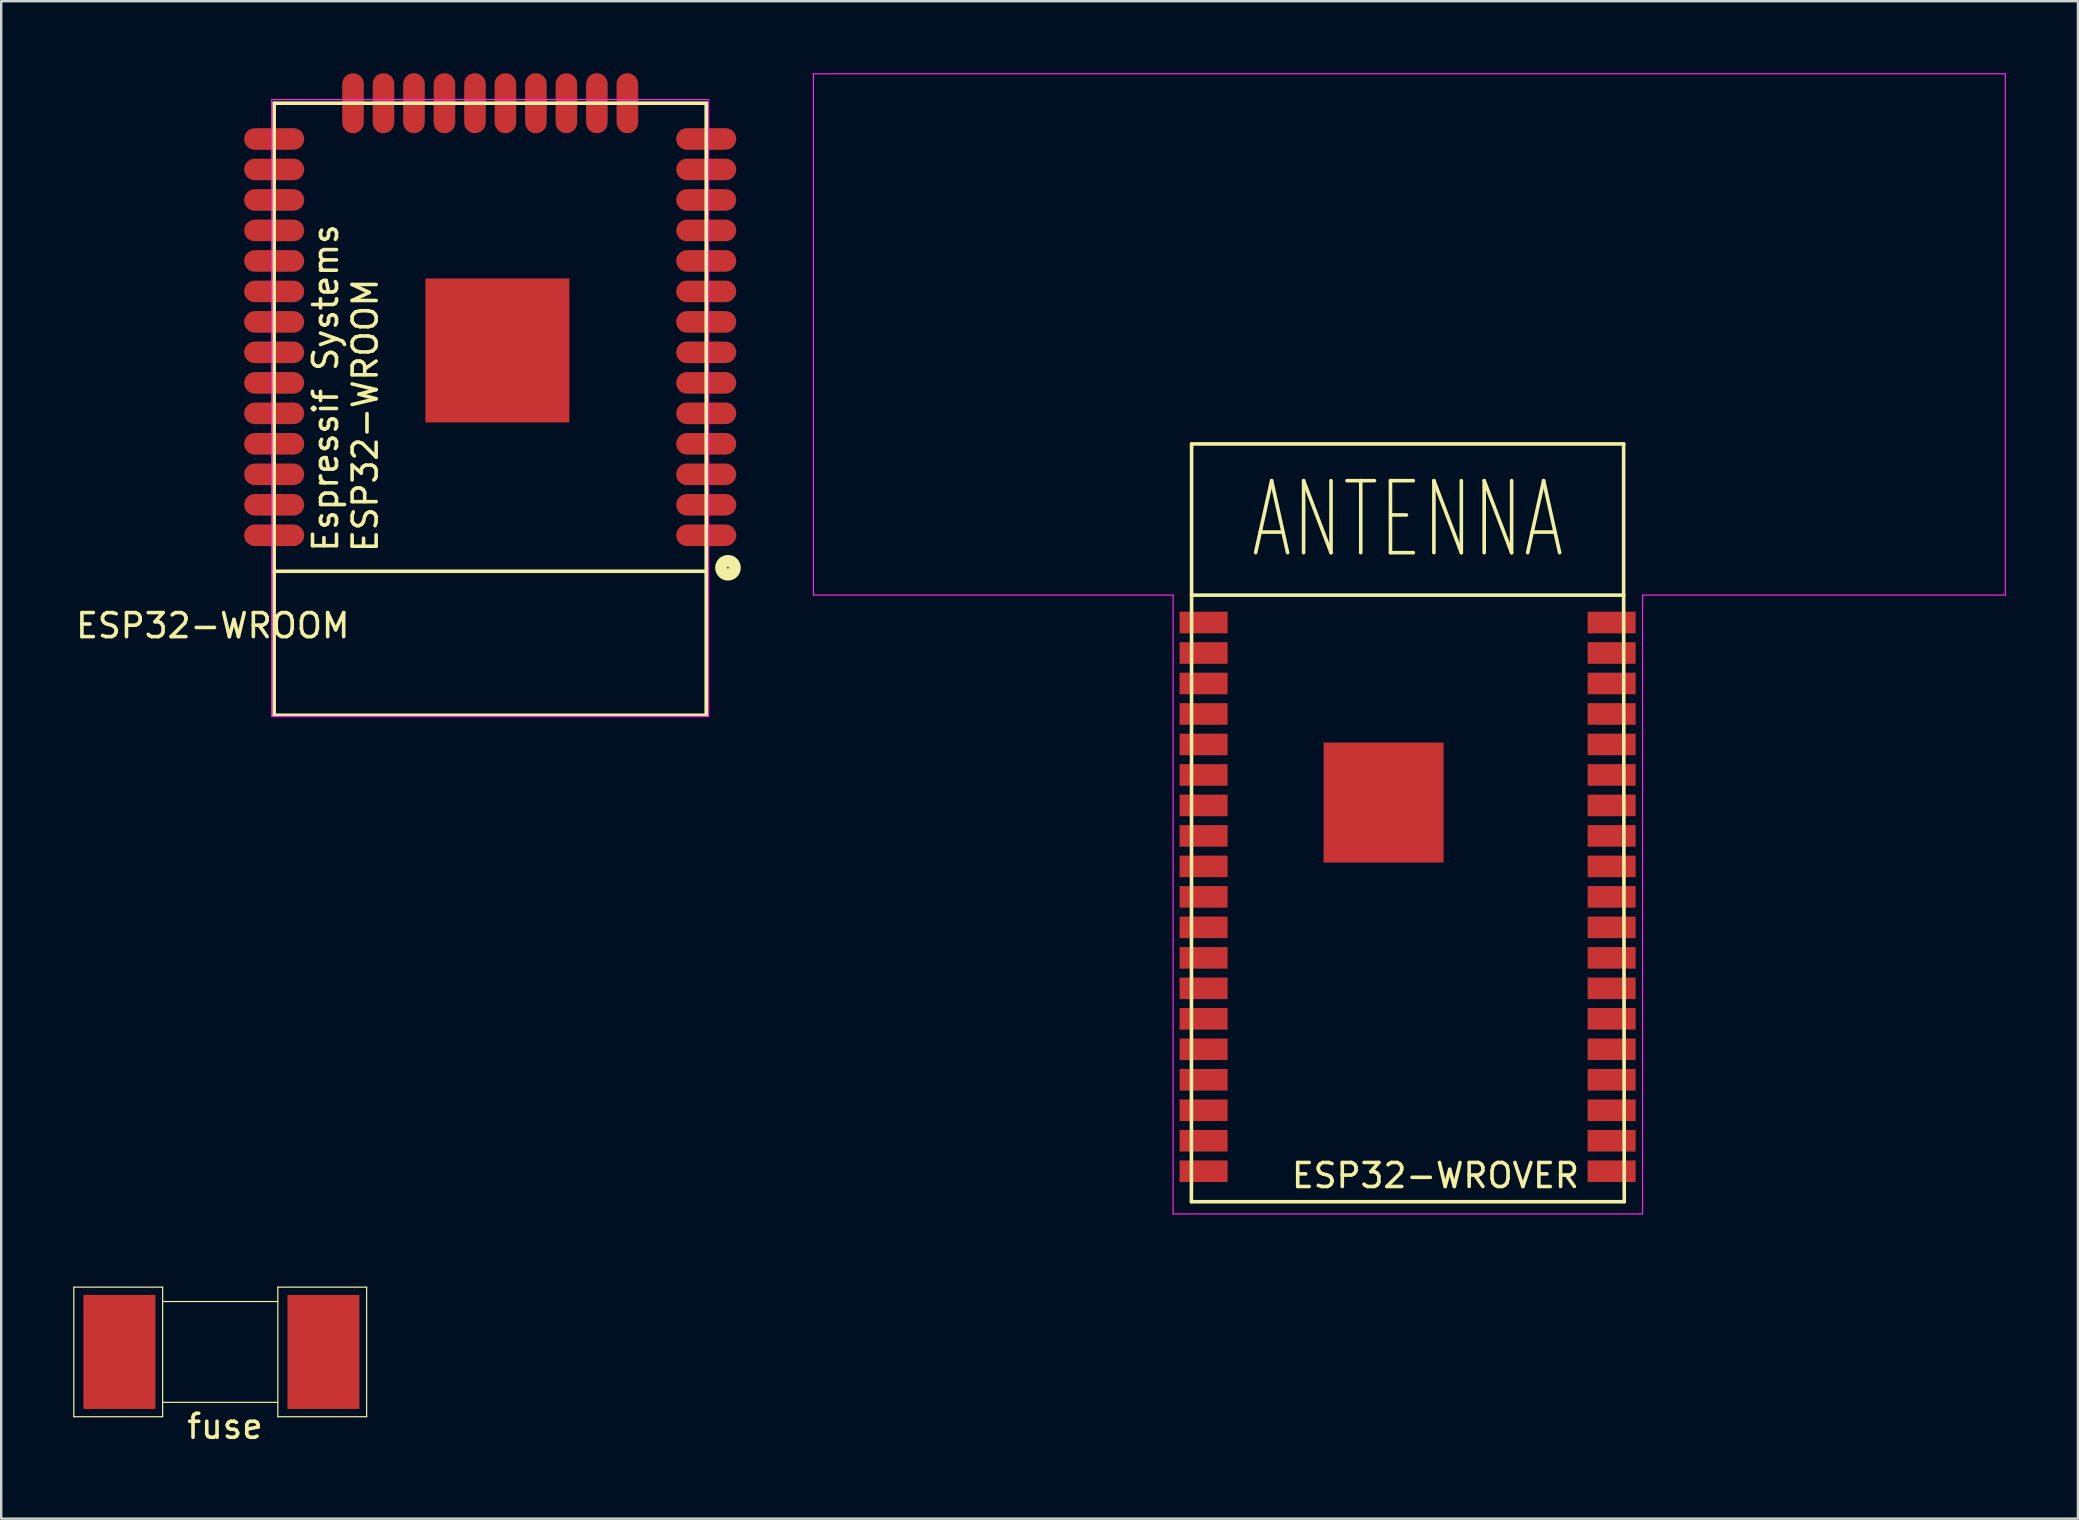
<source format=kicad_pcb>
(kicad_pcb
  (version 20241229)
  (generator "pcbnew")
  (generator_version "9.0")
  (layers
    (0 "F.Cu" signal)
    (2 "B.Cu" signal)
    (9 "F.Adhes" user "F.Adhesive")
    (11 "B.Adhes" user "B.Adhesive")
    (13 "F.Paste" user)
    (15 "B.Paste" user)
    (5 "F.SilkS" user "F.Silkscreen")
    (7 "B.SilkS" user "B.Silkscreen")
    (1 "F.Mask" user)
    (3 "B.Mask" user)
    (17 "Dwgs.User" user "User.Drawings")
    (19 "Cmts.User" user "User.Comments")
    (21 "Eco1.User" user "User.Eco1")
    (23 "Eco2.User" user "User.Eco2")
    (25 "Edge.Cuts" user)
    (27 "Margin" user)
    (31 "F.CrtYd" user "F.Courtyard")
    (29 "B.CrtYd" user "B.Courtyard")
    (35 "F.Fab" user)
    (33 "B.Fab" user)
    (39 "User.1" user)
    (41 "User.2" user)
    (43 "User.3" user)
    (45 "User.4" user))
  (footprint "fuse"
    (layer "F.Cu")
    (at 1.925 53.273)
    (property "Reference" "fuse" (at 4.4 3.1 0) (layer "F.SilkS") (effects (font (size 1 1) (thickness 0.15))))
    (attr smd)
    (fp_line (start -1.9 -2.7) (end -1.9 2.7) (stroke (width 0.05) (type solid)) (layer "F.SilkS"))
    (fp_line (start -1.9 -2.7) (end 1.8 -2.7) (stroke (width 0.05) (type solid)) (layer "F.SilkS"))
    (fp_line (start 1.8 -2.7) (end 1.8 2.7) (stroke (width 0.05) (type solid)) (layer "F.SilkS"))
    (fp_line (start 1.8 -2.1) (end 6.6 -2.1) (stroke (width 0.05) (type solid)) (layer "F.SilkS"))
    (fp_line (start 1.8 2.1) (end 6.6 2.1) (stroke (width 0.05) (type solid)) (layer "F.SilkS"))
    (fp_line (start 1.8 2.7) (end -1.9 2.7) (stroke (width 0.05) (type solid)) (layer "F.SilkS"))
    (fp_line (start 6.6 -2.7) (end 6.6 2.7) (stroke (width 0.05) (type solid)) (layer "F.SilkS"))
    (fp_line (start 6.6 -2.7) (end 10.3 -2.7) (stroke (width 0.05) (type solid)) (layer "F.SilkS"))
    (fp_line (start 10.3 -2.7) (end 10.3 2.7) (stroke (width 0.05) (type solid)) (layer "F.SilkS"))
    (fp_line (start 10.3 2.7) (end 6.6 2.7) (stroke (width 0.05) (type solid)) (layer "F.SilkS"))
    (pad "1" smd rect (at 0 0) (size 3 4.75) (layers "F.Cu" "F.Mask" "F.Paste"))
    (pad "2" smd rect (at 8.5 0) (size 3 4.75) (layers "F.Cu" "F.Mask" "F.Paste")))
  (footprint "ESP32-WROVER"
    (layer "F.Cu")
    (at 46.585 47.015)
    (property "Reference" "ESP32-WROVER" (at 10.168 -1.09 0) (layer "F.SilkS") (effects (font (size 1 1) (thickness 0.15))))
    (attr through_hole)
    (fp_line (start 0 0) (end 0.008 -25.27) (stroke (width 0.15) (type solid)) (layer "F.SilkS"))
    (fp_line (start 0 0) (end 18.034 0) (stroke (width 0.15) (type solid)) (layer "F.SilkS"))
    (fp_line (start 0.008 -31.57) (end 0.008 -25.27) (stroke (width 0.15) (type solid)) (layer "F.SilkS"))
    (fp_line (start 0.008 -31.57) (end 18.008 -31.57) (stroke (width 0.15) (type solid)) (layer "F.SilkS"))
    (fp_line (start 0.008 -25.27) (end 18.008 -25.27) (stroke (width 0.15) (type solid)) (layer "F.SilkS"))
    (fp_line (start 18.008 -25.27) (end 18.008 -31.57) (stroke (width 0.15) (type solid)) (layer "F.SilkS"))
    (fp_line (start 18.008 -25.27) (end 18.034 0) (stroke (width 0.15) (type solid)) (layer "F.SilkS"))
    (fp_line (start -15.748 -46.99) (end 33.909 -46.99) (stroke (width 0.05) (type solid)) (layer "F.CrtYd"))
    (fp_line (start -15.748 -25.273) (end -15.748 -46.99) (stroke (width 0.05) (type solid)) (layer "F.CrtYd"))
    (fp_line (start -0.762 -25.273) (end -15.748 -25.273) (stroke (width 0.05) (type solid)) (layer "F.CrtYd"))
    (fp_line (start -0.762 0.508) (end -0.762 -25.274) (stroke (width 0.05) (type solid)) (layer "F.CrtYd"))
    (fp_line (start 18.796 -25.274) (end 18.796 0.508) (stroke (width 0.05) (type solid)) (layer "F.CrtYd"))
    (fp_line (start 18.796 -25.273) (end 33.909 -25.273) (stroke (width 0.05) (type solid)) (layer "F.CrtYd"))
    (fp_line (start 18.796 0.508) (end -0.762 0.508) (stroke (width 0.05) (type solid)) (layer "F.CrtYd"))
    (fp_line (start 33.909 -25.273) (end 33.909 -46.99) (stroke (width 0.05) (type solid)) (layer "F.CrtYd"))
    (fp_text user "ANTENNA" (at 9.008 -28.42 0) (layer "F.SilkS") (effects (font (size 3 2) (thickness 0.15))))
    (pad "1" smd rect (at 0.508 -24.13) (size 2 0.9) (layers "F.Cu" "F.Mask" "F.Paste"))
    (pad "2" smd rect (at 0.508 -22.86) (size 2 0.9) (layers "F.Cu" "F.Mask" "F.Paste"))
    (pad "3" smd rect (at 0.508 -21.59) (size 2 0.9) (layers "F.Cu" "F.Mask" "F.Paste"))
    (pad "4" smd rect (at 0.508 -20.32) (size 2 0.9) (layers "F.Cu" "F.Mask" "F.Paste"))
    (pad "5" smd rect (at 0.508 -19.05) (size 2 0.9) (layers "F.Cu" "F.Mask" "F.Paste"))
    (pad "6" smd rect (at 0.508 -17.78) (size 2 0.9) (layers "F.Cu" "F.Mask" "F.Paste"))
    (pad "7" smd rect (at 0.508 -16.51) (size 2 0.9) (layers "F.Cu" "F.Mask" "F.Paste"))
    (pad "8" smd rect (at 0.508 -15.24) (size 2 0.9) (layers "F.Cu" "F.Mask" "F.Paste"))
    (pad "9" smd rect (at 0.508 -13.97) (size 2 0.9) (layers "F.Cu" "F.Mask" "F.Paste"))
    (pad "10" smd rect (at 0.508 -12.7) (size 2 0.9) (layers "F.Cu" "F.Mask" "F.Paste"))
    (pad "11" smd rect (at 0.508 -11.43) (size 2 0.9) (layers "F.Cu" "F.Mask" "F.Paste"))
    (pad "12" smd rect (at 0.508 -10.16) (size 2 0.9) (layers "F.Cu" "F.Mask" "F.Paste"))
    (pad "13" smd rect (at 0.508 -8.89) (size 2 0.9) (layers "F.Cu" "F.Mask" "F.Paste"))
    (pad "14" smd rect (at 0.508 -7.62) (size 2 0.9) (layers "F.Cu" "F.Mask" "F.Paste"))
    (pad "15" smd rect (at 0.508 -6.35) (size 2 0.9) (layers "F.Cu" "F.Mask" "F.Paste"))
    (pad "16" smd rect (at 0.508 -5.08) (size 2 0.9) (layers "F.Cu" "F.Mask" "F.Paste"))
    (pad "17" smd rect (at 0.508 -3.81) (size 2 0.9) (layers "F.Cu" "F.Mask" "F.Paste"))
    (pad "18" smd rect (at 0.508 -2.54) (size 2 0.9) (layers "F.Cu" "F.Mask" "F.Paste"))
    (pad "19" smd rect (at 0.508 -1.27) (size 2 0.9) (layers "F.Cu" "F.Mask" "F.Paste"))
    (pad "20" smd rect (at 17.508 -1.27) (size 2 0.9) (layers "F.Cu" "F.Mask" "F.Paste"))
    (pad "21" smd rect (at 17.508 -2.54) (size 2 0.9) (layers "F.Cu" "F.Mask" "F.Paste"))
    (pad "22" smd rect (at 17.508 -3.81) (size 2 0.9) (layers "F.Cu" "F.Mask" "F.Paste"))
    (pad "23" smd rect (at 17.508 -5.08) (size 2 0.9) (layers "F.Cu" "F.Mask" "F.Paste"))
    (pad "24" smd rect (at 17.508 -6.35) (size 2 0.9) (layers "F.Cu" "F.Mask" "F.Paste"))
    (pad "25" smd rect (at 17.508 -7.62) (size 2 0.9) (layers "F.Cu" "F.Mask" "F.Paste"))
    (pad "26" smd rect (at 17.508 -8.89) (size 2 0.9) (layers "F.Cu" "F.Mask" "F.Paste"))
    (pad "27" smd rect (at 17.508 -10.16) (size 2 0.9) (layers "F.Cu" "F.Mask" "F.Paste"))
    (pad "28" smd rect (at 17.508 -11.43) (size 2 0.9) (layers "F.Cu" "F.Mask" "F.Paste"))
    (pad "29" smd rect (at 17.508 -12.7) (size 2 0.9) (layers "F.Cu" "F.Mask" "F.Paste"))
    (pad "30" smd rect (at 17.508 -13.97) (size 2 0.9) (layers "F.Cu" "F.Mask" "F.Paste"))
    (pad "31" smd rect (at 17.508 -15.24) (size 2 0.9) (layers "F.Cu" "F.Mask" "F.Paste"))
    (pad "32" smd rect (at 17.508 -16.51) (size 2 0.9) (layers "F.Cu" "F.Mask" "F.Paste"))
    (pad "33" smd rect (at 17.508 -17.78) (size 2 0.9) (layers "F.Cu" "F.Mask" "F.Paste"))
    (pad "34" smd rect (at 17.508 -19.05) (size 2 0.9) (layers "F.Cu" "F.Mask" "F.Paste"))
    (pad "35" smd rect (at 17.508 -20.32) (size 2 0.9) (layers "F.Cu" "F.Mask" "F.Paste"))
    (pad "36" smd rect (at 17.508 -21.59) (size 2 0.9) (layers "F.Cu" "F.Mask" "F.Paste"))
    (pad "37" smd rect (at 17.508 -22.86) (size 2 0.9) (layers "F.Cu" "F.Mask" "F.Paste"))
    (pad "38" smd rect (at 17.508 -24.13) (size 2 0.9) (layers "F.Cu" "F.Mask" "F.Paste"))
    (pad "39" smd rect (at 8.008 -16.63) (size 5 5) (layers "F.Cu" "F.Mask" "F.Paste")))
  (footprint "ESP32-WROOM"
    (layer "F.Cu")
    (at 17.372 14)
    (property "Reference" "ESP32-WROOM" (at -11.557 9.017 0) (layer "F.SilkS") (effects (font (size 1 1) (thickness 0.15))))
    (attr through_hole)
    (fp_line (start -9 -12.75) (end 9 -12.75) (stroke (width 0.15) (type solid)) (layer "F.SilkS"))
    (fp_line (start -9 6.75) (end 9 6.75) (stroke (width 0.15) (type solid)) (layer "F.SilkS"))
    (fp_line (start -9 12.75) (end -9 -12.75) (stroke (width 0.15) (type solid)) (layer "F.SilkS"))
    (fp_line (start -9 12.75) (end 9 12.75) (stroke (width 0.15) (type solid)) (layer "F.SilkS"))
    (fp_line (start 9 12.75) (end 9 -12.75) (stroke (width 0.15) (type solid)) (layer "F.SilkS"))
    (fp_circle (center 9.906 6.604) (end 10.033 6.858) (stroke (width 0.5) (type solid)) (fill no) (layer "F.SilkS"))
    (fp_line (start -9.1 -12.9) (end -9.1 12.8) (stroke (width 0.05) (type solid)) (layer "F.CrtYd"))
    (fp_line (start -9.1 12.8) (end 9.1 12.8) (stroke (width 0.05) (type solid)) (layer "F.CrtYd"))
    (fp_line (start 9.1 -12.9) (end -9.1 -12.9) (stroke (width 0.05) (type solid)) (layer "F.CrtYd"))
    (fp_line (start 9.1 12.8) (end 9.1 -12.9) (stroke (width 0.05) (type solid)) (layer "F.CrtYd"))
    (fp_text user "Espressif Systems" (at -6.858 -0.889 90) (layer "F.SilkS") (effects (font (size 1 1) (thickness 0.15))))
    (fp_text user "ESP32-WROOM" (at -5.207 0.254 90) (layer "F.SilkS") (effects (font (size 1 1) (thickness 0.15))))
    (pad "1" smd oval (at 9 5.25) (size 2.5 0.9) (layers "F.Cu" "F.Mask" "F.Paste"))
    (pad "2" smd oval (at 9 3.98) (size 2.5 0.9) (layers "F.Cu" "F.Mask" "F.Paste"))
    (pad "3" smd oval (at 9 2.71) (size 2.5 0.9) (layers "F.Cu" "F.Mask" "F.Paste"))
    (pad "4" smd oval (at 9 1.44) (size 2.5 0.9) (layers "F.Cu" "F.Mask" "F.Paste"))
    (pad "5" smd oval (at 9 0.17) (size 2.5 0.9) (layers "F.Cu" "F.Mask" "F.Paste"))
    (pad "6" smd oval (at 9 -1.1) (size 2.5 0.9) (layers "F.Cu" "F.Mask" "F.Paste"))
    (pad "7" smd oval (at 9 -2.37) (size 2.5 0.9) (layers "F.Cu" "F.Mask" "F.Paste"))
    (pad "8" smd oval (at 9 -3.64) (size 2.5 0.9) (layers "F.Cu" "F.Mask" "F.Paste"))
    (pad "9" smd oval (at 9 -4.91) (size 2.5 0.9) (layers "F.Cu" "F.Mask" "F.Paste"))
    (pad "10" smd oval (at 9 -6.18) (size 2.5 0.9) (layers "F.Cu" "F.Mask" "F.Paste"))
    (pad "11" smd oval (at 9 -7.45) (size 2.5 0.9) (layers "F.Cu" "F.Mask" "F.Paste"))
    (pad "12" smd oval (at 9 -8.72) (size 2.5 0.9) (layers "F.Cu" "F.Mask" "F.Paste"))
    (pad "13" smd oval (at 9 -9.99) (size 2.5 0.9) (layers "F.Cu" "F.Mask" "F.Paste"))
    (pad "14" smd oval (at 9 -11.26) (size 2.5 0.9) (layers "F.Cu" "F.Mask" "F.Paste"))
    (pad "15" smd oval (at 5.715 -12.75) (size 0.9 2.5) (layers "F.Cu" "F.Mask" "F.Paste"))
    (pad "16" smd oval (at 4.445 -12.75) (size 0.9 2.5) (layers "F.Cu" "F.Mask" "F.Paste"))
    (pad "17" smd oval (at 3.175 -12.75) (size 0.9 2.5) (layers "F.Cu" "F.Mask" "F.Paste"))
    (pad "18" smd oval (at 1.905 -12.75) (size 0.9 2.5) (layers "F.Cu" "F.Mask" "F.Paste"))
    (pad "19" smd oval (at 0.635 -12.75) (size 0.9 2.5) (layers "F.Cu" "F.Mask" "F.Paste"))
    (pad "20" smd oval (at -0.635 -12.75) (size 0.9 2.5) (layers "F.Cu" "F.Mask" "F.Paste"))
    (pad "21" smd oval (at -1.905 -12.75) (size 0.9 2.5) (layers "F.Cu" "F.Mask" "F.Paste"))
    (pad "22" smd oval (at -3.175 -12.75) (size 0.9 2.5) (layers "F.Cu" "F.Mask" "F.Paste"))
    (pad "23" smd oval (at -4.445 -12.75) (size 0.9 2.5) (layers "F.Cu" "F.Mask" "F.Paste"))
    (pad "24" smd oval (at -5.715 -12.75) (size 0.9 2.5) (layers "F.Cu" "F.Mask" "F.Paste"))
    (pad "25" smd oval (at -9 -11.26) (size 2.5 0.9) (layers "F.Cu" "F.Mask" "F.Paste"))
    (pad "26" smd oval (at -9 -9.99) (size 2.5 0.9) (layers "F.Cu" "F.Mask" "F.Paste"))
    (pad "27" smd oval (at -9 -8.72) (size 2.5 0.9) (layers "F.Cu" "F.Mask" "F.Paste"))
    (pad "28" smd oval (at -9 -7.45) (size 2.5 0.9) (layers "F.Cu" "F.Mask" "F.Paste"))
    (pad "29" smd oval (at -9 -6.18) (size 2.5 0.9) (layers "F.Cu" "F.Mask" "F.Paste"))
    (pad "30" smd oval (at -9 -4.91) (size 2.5 0.9) (layers "F.Cu" "F.Mask" "F.Paste"))
    (pad "31" smd oval (at -9 -3.64) (size 2.5 0.9) (layers "F.Cu" "F.Mask" "F.Paste"))
    (pad "32" smd oval (at -9 -2.37) (size 2.5 0.9) (layers "F.Cu" "F.Mask" "F.Paste"))
    (pad "33" smd oval (at -9 -1.1) (size 2.5 0.9) (layers "F.Cu" "F.Mask" "F.Paste"))
    (pad "34" smd oval (at -9 0.17) (size 2.5 0.9) (layers "F.Cu" "F.Mask" "F.Paste"))
    (pad "35" smd oval (at -9 1.44) (size 2.5 0.9) (layers "F.Cu" "F.Mask" "F.Paste"))
    (pad "36" smd oval (at -9 2.71) (size 2.5 0.9) (layers "F.Cu" "F.Mask" "F.Paste"))
    (pad "37" smd oval (at -9 3.98) (size 2.5 0.9) (layers "F.Cu" "F.Mask" "F.Paste"))
    (pad "38" smd oval (at -9 5.25) (size 2.5 0.9) (layers "F.Cu" "F.Mask" "F.Paste"))
    (pad "39" smd rect (at 0.3 -2.45) (size 6 6) (layers "F.Cu" "F.Mask" "F.Paste")))
  (gr_rect
    (start -3 -3)
    (end 83.519 60.221)
    (stroke (width 0.1) (type default))
    (fill no)
    (layer "Edge.Cuts")))
</source>
